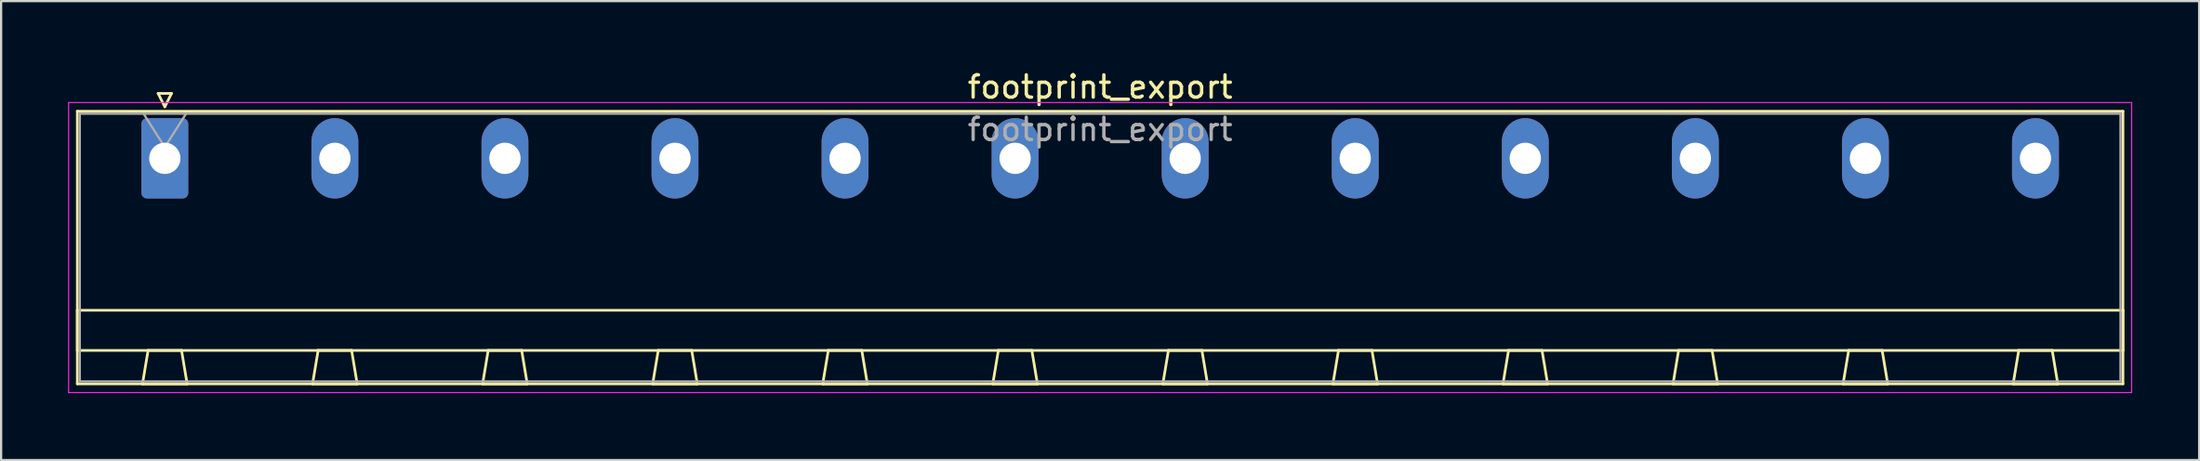
<source format=kicad_pcb>
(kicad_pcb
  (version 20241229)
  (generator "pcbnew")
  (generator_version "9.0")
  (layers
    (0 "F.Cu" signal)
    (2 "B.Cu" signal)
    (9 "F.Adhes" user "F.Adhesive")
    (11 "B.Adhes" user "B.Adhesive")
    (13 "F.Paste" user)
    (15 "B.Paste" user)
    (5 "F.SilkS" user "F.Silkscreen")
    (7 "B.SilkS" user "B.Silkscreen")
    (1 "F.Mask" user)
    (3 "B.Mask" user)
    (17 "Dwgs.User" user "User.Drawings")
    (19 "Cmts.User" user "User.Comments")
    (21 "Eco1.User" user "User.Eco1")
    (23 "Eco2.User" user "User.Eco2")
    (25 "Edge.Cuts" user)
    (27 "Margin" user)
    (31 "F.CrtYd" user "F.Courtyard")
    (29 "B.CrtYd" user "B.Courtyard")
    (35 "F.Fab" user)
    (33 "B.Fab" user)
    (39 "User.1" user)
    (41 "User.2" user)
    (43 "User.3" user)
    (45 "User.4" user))
  (footprint "footprint_export"
    (layer "F.Cu")
    (at 4.335 4.048)
    (property "Reference" "footprint_export" (at 41.91 -3.2 0) (layer "F.SilkS") (effects (font (size 1 1) (thickness 0.15))))
    (attr through_hole)
    (fp_line (start -3.92 -2.11) (end -3.92 10.11) (stroke (width 0.12) (type solid)) (layer "F.SilkS"))
    (fp_line (start -3.92 6.81) (end 87.74 6.81) (stroke (width 0.12) (type solid)) (layer "F.SilkS"))
    (fp_line (start -3.92 8.61) (end -3.92 6.81) (stroke (width 0.12) (type solid)) (layer "F.SilkS"))
    (fp_line (start -3.92 10.11) (end 87.74 10.11) (stroke (width 0.12) (type solid)) (layer "F.SilkS"))
    (fp_line (start -1 10.11) (end 1 10.11) (stroke (width 0.12) (type solid)) (layer "F.SilkS"))
    (fp_line (start -0.75 8.61) (end -1 10.11) (stroke (width 0.12) (type solid)) (layer "F.SilkS"))
    (fp_line (start -0.3 -2.91) (end 0.3 -2.91) (stroke (width 0.12) (type solid)) (layer "F.SilkS"))
    (fp_line (start 0 -2.31) (end -0.3 -2.91) (stroke (width 0.12) (type solid)) (layer "F.SilkS"))
    (fp_line (start 0.3 -2.91) (end 0 -2.31) (stroke (width 0.12) (type solid)) (layer "F.SilkS"))
    (fp_line (start 0.75 8.61) (end -0.75 8.61) (stroke (width 0.12) (type solid)) (layer "F.SilkS"))
    (fp_line (start 1 10.11) (end 0.75 8.61) (stroke (width 0.12) (type solid)) (layer "F.SilkS"))
    (fp_line (start 6.62 10.11) (end 8.62 10.11) (stroke (width 0.12) (type solid)) (layer "F.SilkS"))
    (fp_line (start 6.87 8.61) (end 6.62 10.11) (stroke (width 0.12) (type solid)) (layer "F.SilkS"))
    (fp_line (start 8.37 8.61) (end 6.87 8.61) (stroke (width 0.12) (type solid)) (layer "F.SilkS"))
    (fp_line (start 8.62 10.11) (end 8.37 8.61) (stroke (width 0.12) (type solid)) (layer "F.SilkS"))
    (fp_line (start 14.24 10.11) (end 16.24 10.11) (stroke (width 0.12) (type solid)) (layer "F.SilkS"))
    (fp_line (start 14.49 8.61) (end 14.24 10.11) (stroke (width 0.12) (type solid)) (layer "F.SilkS"))
    (fp_line (start 15.99 8.61) (end 14.49 8.61) (stroke (width 0.12) (type solid)) (layer "F.SilkS"))
    (fp_line (start 16.24 10.11) (end 15.99 8.61) (stroke (width 0.12) (type solid)) (layer "F.SilkS"))
    (fp_line (start 21.86 10.11) (end 23.86 10.11) (stroke (width 0.12) (type solid)) (layer "F.SilkS"))
    (fp_line (start 22.11 8.61) (end 21.86 10.11) (stroke (width 0.12) (type solid)) (layer "F.SilkS"))
    (fp_line (start 23.61 8.61) (end 22.11 8.61) (stroke (width 0.12) (type solid)) (layer "F.SilkS"))
    (fp_line (start 23.86 10.11) (end 23.61 8.61) (stroke (width 0.12) (type solid)) (layer "F.SilkS"))
    (fp_line (start 29.48 10.11) (end 31.48 10.11) (stroke (width 0.12) (type solid)) (layer "F.SilkS"))
    (fp_line (start 29.73 8.61) (end 29.48 10.11) (stroke (width 0.12) (type solid)) (layer "F.SilkS"))
    (fp_line (start 31.23 8.61) (end 29.73 8.61) (stroke (width 0.12) (type solid)) (layer "F.SilkS"))
    (fp_line (start 31.48 10.11) (end 31.23 8.61) (stroke (width 0.12) (type solid)) (layer "F.SilkS"))
    (fp_line (start 37.1 10.11) (end 39.1 10.11) (stroke (width 0.12) (type solid)) (layer "F.SilkS"))
    (fp_line (start 37.35 8.61) (end 37.1 10.11) (stroke (width 0.12) (type solid)) (layer "F.SilkS"))
    (fp_line (start 38.85 8.61) (end 37.35 8.61) (stroke (width 0.12) (type solid)) (layer "F.SilkS"))
    (fp_line (start 39.1 10.11) (end 38.85 8.61) (stroke (width 0.12) (type solid)) (layer "F.SilkS"))
    (fp_line (start 44.72 10.11) (end 46.72 10.11) (stroke (width 0.12) (type solid)) (layer "F.SilkS"))
    (fp_line (start 44.97 8.61) (end 44.72 10.11) (stroke (width 0.12) (type solid)) (layer "F.SilkS"))
    (fp_line (start 46.47 8.61) (end 44.97 8.61) (stroke (width 0.12) (type solid)) (layer "F.SilkS"))
    (fp_line (start 46.72 10.11) (end 46.47 8.61) (stroke (width 0.12) (type solid)) (layer "F.SilkS"))
    (fp_line (start 52.34 10.11) (end 54.34 10.11) (stroke (width 0.12) (type solid)) (layer "F.SilkS"))
    (fp_line (start 52.59 8.61) (end 52.34 10.11) (stroke (width 0.12) (type solid)) (layer "F.SilkS"))
    (fp_line (start 54.09 8.61) (end 52.59 8.61) (stroke (width 0.12) (type solid)) (layer "F.SilkS"))
    (fp_line (start 54.34 10.11) (end 54.09 8.61) (stroke (width 0.12) (type solid)) (layer "F.SilkS"))
    (fp_line (start 59.96 10.11) (end 61.96 10.11) (stroke (width 0.12) (type solid)) (layer "F.SilkS"))
    (fp_line (start 60.21 8.61) (end 59.96 10.11) (stroke (width 0.12) (type solid)) (layer "F.SilkS"))
    (fp_line (start 61.71 8.61) (end 60.21 8.61) (stroke (width 0.12) (type solid)) (layer "F.SilkS"))
    (fp_line (start 61.96 10.11) (end 61.71 8.61) (stroke (width 0.12) (type solid)) (layer "F.SilkS"))
    (fp_line (start 67.58 10.11) (end 69.58 10.11) (stroke (width 0.12) (type solid)) (layer "F.SilkS"))
    (fp_line (start 67.83 8.61) (end 67.58 10.11) (stroke (width 0.12) (type solid)) (layer "F.SilkS"))
    (fp_line (start 69.33 8.61) (end 67.83 8.61) (stroke (width 0.12) (type solid)) (layer "F.SilkS"))
    (fp_line (start 69.58 10.11) (end 69.33 8.61) (stroke (width 0.12) (type solid)) (layer "F.SilkS"))
    (fp_line (start 75.2 10.11) (end 77.2 10.11) (stroke (width 0.12) (type solid)) (layer "F.SilkS"))
    (fp_line (start 75.45 8.61) (end 75.2 10.11) (stroke (width 0.12) (type solid)) (layer "F.SilkS"))
    (fp_line (start 76.95 8.61) (end 75.45 8.61) (stroke (width 0.12) (type solid)) (layer "F.SilkS"))
    (fp_line (start 77.2 10.11) (end 76.95 8.61) (stroke (width 0.12) (type solid)) (layer "F.SilkS"))
    (fp_line (start 82.82 10.11) (end 84.82 10.11) (stroke (width 0.12) (type solid)) (layer "F.SilkS"))
    (fp_line (start 83.07 8.61) (end 82.82 10.11) (stroke (width 0.12) (type solid)) (layer "F.SilkS"))
    (fp_line (start 84.57 8.61) (end 83.07 8.61) (stroke (width 0.12) (type solid)) (layer "F.SilkS"))
    (fp_line (start 84.82 10.11) (end 84.57 8.61) (stroke (width 0.12) (type solid)) (layer "F.SilkS"))
    (fp_line (start 87.74 -2.11) (end -3.92 -2.11) (stroke (width 0.12) (type solid)) (layer "F.SilkS"))
    (fp_line (start 87.74 6.81) (end 87.74 8.61) (stroke (width 0.12) (type solid)) (layer "F.SilkS"))
    (fp_line (start 87.74 8.61) (end -3.92 8.61) (stroke (width 0.12) (type solid)) (layer "F.SilkS"))
    (fp_line (start 87.74 10.11) (end 87.74 -2.11) (stroke (width 0.12) (type solid)) (layer "F.SilkS"))
    (fp_line (start -4.31 -2.5) (end -4.31 10.5) (stroke (width 0.05) (type solid)) (layer "F.CrtYd"))
    (fp_line (start -4.31 10.5) (end 88.13 10.5) (stroke (width 0.05) (type solid)) (layer "F.CrtYd"))
    (fp_line (start 88.13 -2.5) (end -4.31 -2.5) (stroke (width 0.05) (type solid)) (layer "F.CrtYd"))
    (fp_line (start 88.13 10.5) (end 88.13 -2.5) (stroke (width 0.05) (type solid)) (layer "F.CrtYd"))
    (fp_line (start -3.81 -2) (end -3.81 10) (stroke (width 0.1) (type solid)) (layer "F.Fab"))
    (fp_line (start -3.81 10) (end 87.63 10) (stroke (width 0.1) (type solid)) (layer "F.Fab"))
    (fp_line (start 0 -0.5) (end -0.95 -2) (stroke (width 0.1) (type solid)) (layer "F.Fab"))
    (fp_line (start 0.95 -2) (end 0 -0.5) (stroke (width 0.1) (type solid)) (layer "F.Fab"))
    (fp_line (start 87.63 -2) (end -3.81 -2) (stroke (width 0.1) (type solid)) (layer "F.Fab"))
    (fp_line (start 87.63 10) (end 87.63 -2) (stroke (width 0.1) (type solid)) (layer "F.Fab"))
    (fp_text user "${REFERENCE}" (at 41.91 -1.3 0) (layer "F.Fab") (effects (font (size 1 1) (thickness 0.15))))
    (pad "1" thru_hole roundrect (at 0 0) (size 2.1 3.6) (drill 1.4) (layers "*.Cu" "*.Mask") (roundrect_rratio 0.119))
    (pad "2" thru_hole oval (at 7.62 0) (size 2.1 3.6) (drill 1.4) (layers "*.Cu" "*.Mask"))
    (pad "3" thru_hole oval (at 15.24 0) (size 2.1 3.6) (drill 1.4) (layers "*.Cu" "*.Mask"))
    (pad "4" thru_hole oval (at 22.86 0) (size 2.1 3.6) (drill 1.4) (layers "*.Cu" "*.Mask"))
    (pad "5" thru_hole oval (at 30.48 0) (size 2.1 3.6) (drill 1.4) (layers "*.Cu" "*.Mask"))
    (pad "6" thru_hole oval (at 38.1 0) (size 2.1 3.6) (drill 1.4) (layers "*.Cu" "*.Mask"))
    (pad "7" thru_hole oval (at 45.72 0) (size 2.1 3.6) (drill 1.4) (layers "*.Cu" "*.Mask"))
    (pad "8" thru_hole oval (at 53.34 0) (size 2.1 3.6) (drill 1.4) (layers "*.Cu" "*.Mask"))
    (pad "9" thru_hole oval (at 60.96 0) (size 2.1 3.6) (drill 1.4) (layers "*.Cu" "*.Mask"))
    (pad "10" thru_hole oval (at 68.58 0) (size 2.1 3.6) (drill 1.4) (layers "*.Cu" "*.Mask"))
    (pad "11" thru_hole oval (at 76.2 0) (size 2.1 3.6) (drill 1.4) (layers "*.Cu" "*.Mask"))
    (pad "12" thru_hole oval (at 83.82 0) (size 2.1 3.6) (drill 1.4) (layers "*.Cu" "*.Mask")))
  (gr_rect
    (start -3 -3)
    (end 95.49 17.573)
    (stroke (width 0.1) (type default))
    (fill no)
    (layer "Edge.Cuts")))
</source>
